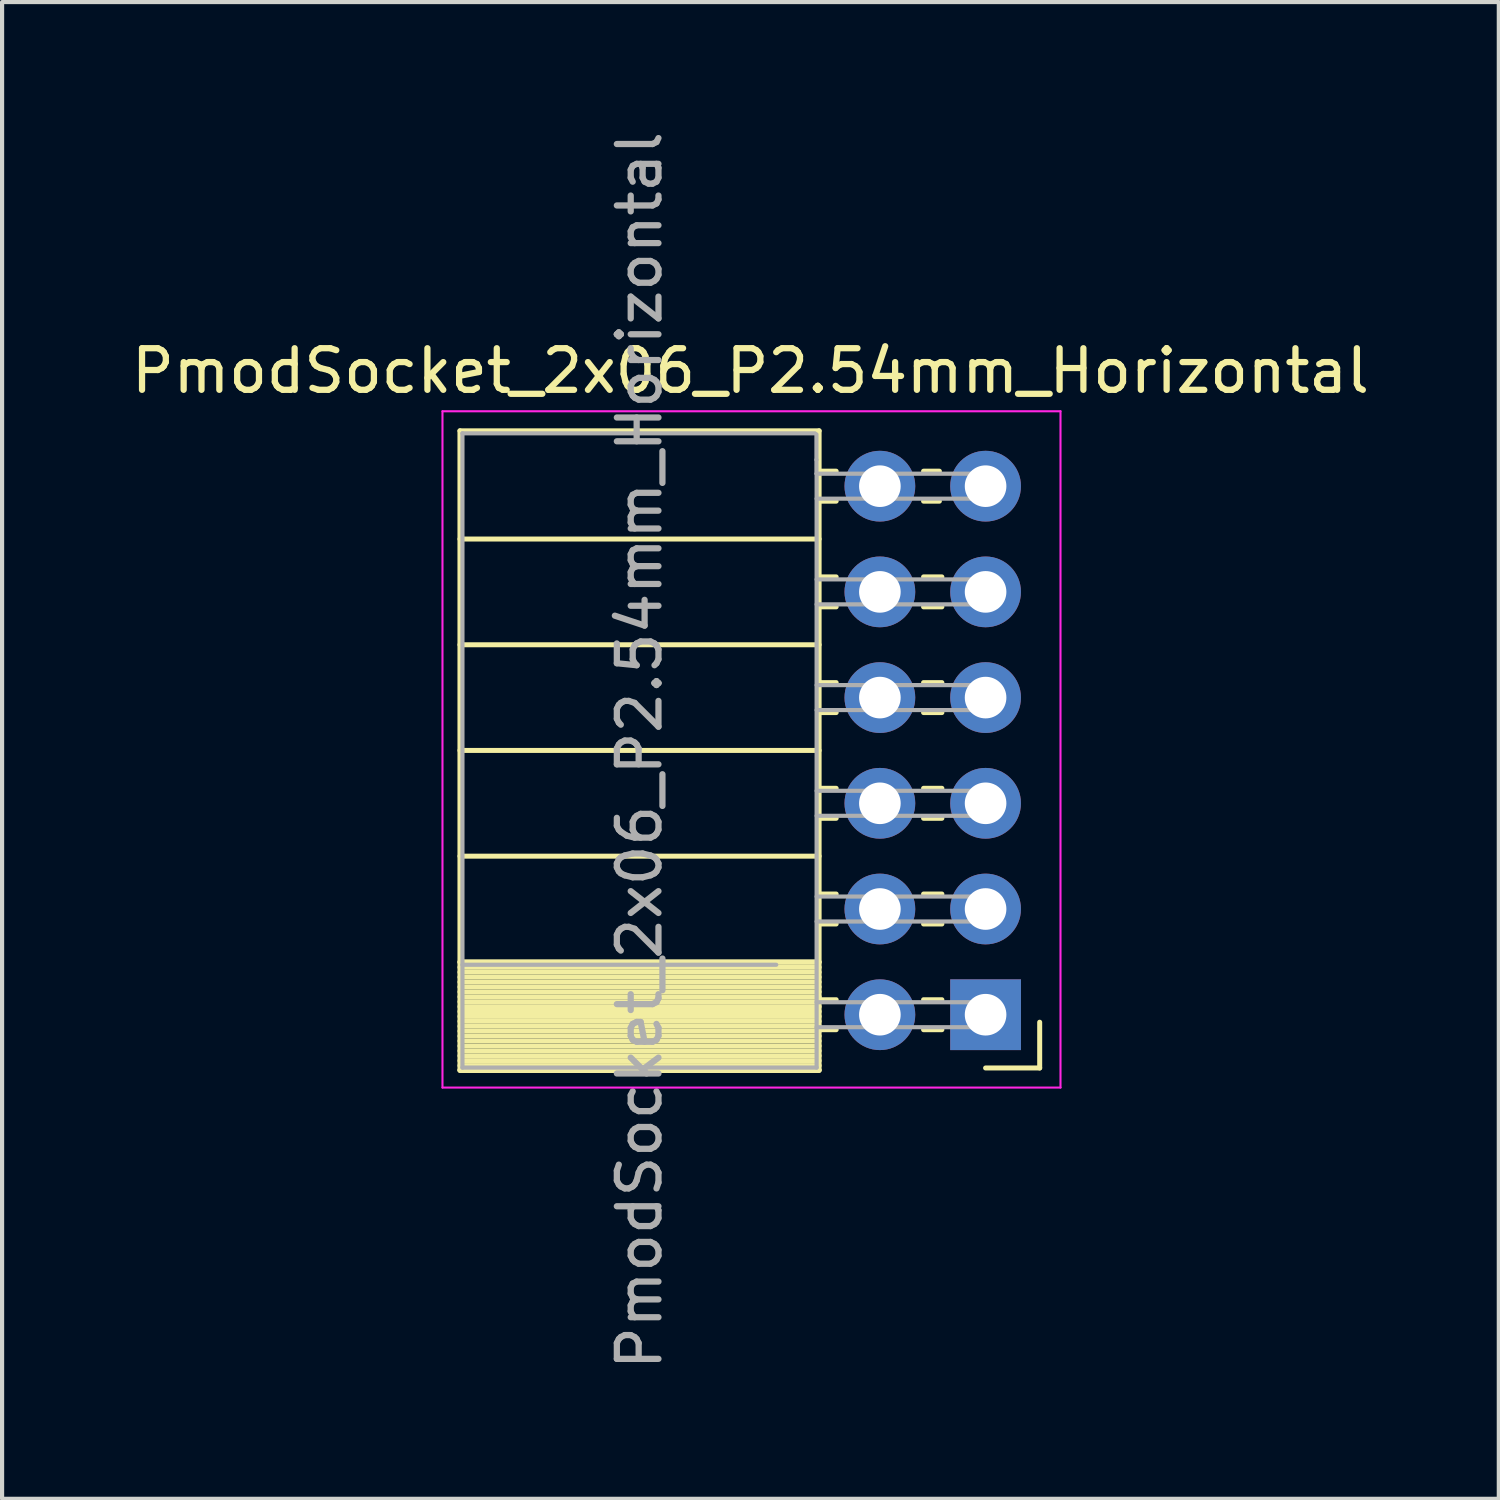
<source format=kicad_pcb>
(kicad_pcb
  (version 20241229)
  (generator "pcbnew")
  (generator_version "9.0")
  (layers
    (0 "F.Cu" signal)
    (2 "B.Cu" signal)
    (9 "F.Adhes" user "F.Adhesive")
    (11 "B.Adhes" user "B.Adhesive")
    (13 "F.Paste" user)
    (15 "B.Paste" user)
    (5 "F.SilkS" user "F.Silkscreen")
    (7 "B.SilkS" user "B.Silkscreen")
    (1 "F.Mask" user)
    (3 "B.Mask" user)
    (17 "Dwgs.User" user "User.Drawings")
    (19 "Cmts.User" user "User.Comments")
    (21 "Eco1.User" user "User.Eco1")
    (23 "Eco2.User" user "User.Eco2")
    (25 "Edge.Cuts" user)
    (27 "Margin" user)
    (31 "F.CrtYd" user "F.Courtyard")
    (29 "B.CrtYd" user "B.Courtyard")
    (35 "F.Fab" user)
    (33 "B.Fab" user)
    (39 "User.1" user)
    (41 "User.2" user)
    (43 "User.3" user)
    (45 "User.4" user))
  (footprint "PmodSocket_2x06_P2.54mm_Horizontal"
    (layer "F.Cu")
    (at 20.632 21.332)
    (property "Reference" "PmodSocket_2x06_P2.54mm_Horizontal" (at -5.65 -15.47 0) (layer "F.SilkS") (effects (font (size 1 1) (thickness 0.15))))
    (attr through_hole)
    (fp_line (start -12.63 -14.03) (end -12.63 1.33) (stroke (width 0.12) (type solid)) (layer "F.SilkS"))
    (fp_line (start -12.63 -14.03) (end -4 -14.03) (stroke (width 0.12) (type solid)) (layer "F.SilkS"))
    (fp_line (start -12.63 -11.43) (end -4 -11.43) (stroke (width 0.12) (type solid)) (layer "F.SilkS"))
    (fp_line (start -12.63 -8.89) (end -4 -8.89) (stroke (width 0.12) (type solid)) (layer "F.SilkS"))
    (fp_line (start -12.63 -6.35) (end -4 -6.35) (stroke (width 0.12) (type solid)) (layer "F.SilkS"))
    (fp_line (start -12.63 -3.81) (end -4 -3.81) (stroke (width 0.12) (type solid)) (layer "F.SilkS"))
    (fp_line (start -12.63 -1.27) (end -4 -1.27) (stroke (width 0.12) (type solid)) (layer "F.SilkS"))
    (fp_line (start -12.63 -1.26) (end -4 -1.26) (stroke (width 0.12) (type solid)) (layer "F.SilkS"))
    (fp_line (start -12.63 -1.14) (end -4 -1.14) (stroke (width 0.12) (type solid)) (layer "F.SilkS"))
    (fp_line (start -12.63 -1.022) (end -4 -1.022) (stroke (width 0.12) (type solid)) (layer "F.SilkS"))
    (fp_line (start -12.63 -0.904) (end -4 -0.904) (stroke (width 0.12) (type solid)) (layer "F.SilkS"))
    (fp_line (start -12.63 -0.786) (end -4 -0.786) (stroke (width 0.12) (type solid)) (layer "F.SilkS"))
    (fp_line (start -12.63 -0.668) (end -4 -0.668) (stroke (width 0.12) (type solid)) (layer "F.SilkS"))
    (fp_line (start -12.63 -0.55) (end -4 -0.55) (stroke (width 0.12) (type solid)) (layer "F.SilkS"))
    (fp_line (start -12.63 -0.431) (end -4 -0.431) (stroke (width 0.12) (type solid)) (layer "F.SilkS"))
    (fp_line (start -12.63 -0.313) (end -4 -0.313) (stroke (width 0.12) (type solid)) (layer "F.SilkS"))
    (fp_line (start -12.63 -0.195) (end -4 -0.195) (stroke (width 0.12) (type solid)) (layer "F.SilkS"))
    (fp_line (start -12.63 -0.077) (end -4 -0.077) (stroke (width 0.12) (type solid)) (layer "F.SilkS"))
    (fp_line (start -12.63 0.041) (end -4 0.041) (stroke (width 0.12) (type solid)) (layer "F.SilkS"))
    (fp_line (start -12.63 0.159) (end -4 0.159) (stroke (width 0.12) (type solid)) (layer "F.SilkS"))
    (fp_line (start -12.63 0.277) (end -4 0.277) (stroke (width 0.12) (type solid)) (layer "F.SilkS"))
    (fp_line (start -12.63 0.395) (end -4 0.395) (stroke (width 0.12) (type solid)) (layer "F.SilkS"))
    (fp_line (start -12.63 0.513) (end -4 0.513) (stroke (width 0.12) (type solid)) (layer "F.SilkS"))
    (fp_line (start -12.63 0.631) (end -4 0.631) (stroke (width 0.12) (type solid)) (layer "F.SilkS"))
    (fp_line (start -12.63 0.75) (end -4 0.75) (stroke (width 0.12) (type solid)) (layer "F.SilkS"))
    (fp_line (start -12.63 0.868) (end -4 0.868) (stroke (width 0.12) (type solid)) (layer "F.SilkS"))
    (fp_line (start -12.63 0.986) (end -4 0.986) (stroke (width 0.12) (type solid)) (layer "F.SilkS"))
    (fp_line (start -12.63 1.104) (end -4 1.104) (stroke (width 0.12) (type solid)) (layer "F.SilkS"))
    (fp_line (start -12.63 1.222) (end -4 1.222) (stroke (width 0.12) (type solid)) (layer "F.SilkS"))
    (fp_line (start -12.63 1.33) (end -4 1.33) (stroke (width 0.12) (type solid)) (layer "F.SilkS"))
    (fp_line (start -12.63 1.34) (end -4 1.34) (stroke (width 0.12) (type solid)) (layer "F.SilkS"))
    (fp_line (start -4 -14.03) (end -4 1.33) (stroke (width 0.12) (type solid)) (layer "F.SilkS"))
    (fp_line (start -4 -13.06) (end -3.59 -13.06) (stroke (width 0.12) (type solid)) (layer "F.SilkS"))
    (fp_line (start -4 -12.34) (end -3.59 -12.34) (stroke (width 0.12) (type solid)) (layer "F.SilkS"))
    (fp_line (start -4 -10.52) (end -3.59 -10.52) (stroke (width 0.12) (type solid)) (layer "F.SilkS"))
    (fp_line (start -4 -9.8) (end -3.59 -9.8) (stroke (width 0.12) (type solid)) (layer "F.SilkS"))
    (fp_line (start -4 -7.98) (end -3.59 -7.98) (stroke (width 0.12) (type solid)) (layer "F.SilkS"))
    (fp_line (start -4 -7.26) (end -3.59 -7.26) (stroke (width 0.12) (type solid)) (layer "F.SilkS"))
    (fp_line (start -4 -5.44) (end -3.59 -5.44) (stroke (width 0.12) (type solid)) (layer "F.SilkS"))
    (fp_line (start -4 -4.72) (end -3.59 -4.72) (stroke (width 0.12) (type solid)) (layer "F.SilkS"))
    (fp_line (start -4 -2.9) (end -3.59 -2.9) (stroke (width 0.12) (type solid)) (layer "F.SilkS"))
    (fp_line (start -4 -2.18) (end -3.59 -2.18) (stroke (width 0.12) (type solid)) (layer "F.SilkS"))
    (fp_line (start -4 -0.36) (end -3.59 -0.36) (stroke (width 0.12) (type solid)) (layer "F.SilkS"))
    (fp_line (start -4 0.36) (end -3.59 0.36) (stroke (width 0.12) (type solid)) (layer "F.SilkS"))
    (fp_line (start -1.49 -13.06) (end -1.11 -13.06) (stroke (width 0.12) (type solid)) (layer "F.SilkS"))
    (fp_line (start -1.49 -12.34) (end -1.11 -12.34) (stroke (width 0.12) (type solid)) (layer "F.SilkS"))
    (fp_line (start -1.49 -10.52) (end -1.05 -10.52) (stroke (width 0.12) (type solid)) (layer "F.SilkS"))
    (fp_line (start -1.49 -9.8) (end -1.05 -9.8) (stroke (width 0.12) (type solid)) (layer "F.SilkS"))
    (fp_line (start -1.49 -7.98) (end -1.05 -7.98) (stroke (width 0.12) (type solid)) (layer "F.SilkS"))
    (fp_line (start -1.49 -7.26) (end -1.05 -7.26) (stroke (width 0.12) (type solid)) (layer "F.SilkS"))
    (fp_line (start -1.49 -5.44) (end -1.05 -5.44) (stroke (width 0.12) (type solid)) (layer "F.SilkS"))
    (fp_line (start -1.49 -4.72) (end -1.05 -4.72) (stroke (width 0.12) (type solid)) (layer "F.SilkS"))
    (fp_line (start -1.49 -2.9) (end -1.05 -2.9) (stroke (width 0.12) (type solid)) (layer "F.SilkS"))
    (fp_line (start -1.49 -2.18) (end -1.05 -2.18) (stroke (width 0.12) (type solid)) (layer "F.SilkS"))
    (fp_line (start -1.49 -0.36) (end -1.05 -0.36) (stroke (width 0.12) (type solid)) (layer "F.SilkS"))
    (fp_line (start -1.49 0.36) (end -1.05 0.36) (stroke (width 0.12) (type solid)) (layer "F.SilkS"))
    (fp_line (start 0 1.28) (end 1.3 1.28) (stroke (width 0.12) (type solid)) (layer "F.SilkS"))
    (fp_line (start 1.3 1.28) (end 1.3 0.18) (stroke (width 0.12) (type solid)) (layer "F.SilkS"))
    (fp_line (start -13.05 -14.5) (end -13.05 1.75) (stroke (width 0.05) (type solid)) (layer "F.CrtYd"))
    (fp_line (start -13.05 1.75) (end 1.8 1.75) (stroke (width 0.05) (type solid)) (layer "F.CrtYd"))
    (fp_line (start 1.8 -14.5) (end -13.05 -14.5) (stroke (width 0.05) (type solid)) (layer "F.CrtYd"))
    (fp_line (start 1.8 1.75) (end 1.8 -14.5) (stroke (width 0.05) (type solid)) (layer "F.CrtYd"))
    (fp_line (start -12.57 -13.97) (end -4.1 -13.97) (stroke (width 0.1) (type solid)) (layer "F.Fab"))
    (fp_line (start -12.57 -1.2) (end -5.03 -1.2) (stroke (width 0.1) (type solid)) (layer "F.Fab"))
    (fp_line (start -12.57 1.27) (end -12.57 -13.97) (stroke (width 0.1) (type solid)) (layer "F.Fab"))
    (fp_line (start -4.064 -13.335) (end -4.064 -13.945) (stroke (width 0.1) (type solid)) (layer "F.Fab"))
    (fp_line (start -4.064 -13.005) (end -4.064 -13.335) (stroke (width 0.1) (type solid)) (layer "F.Fab"))
    (fp_line (start -4.06 -13) (end -4.06 1.27) (stroke (width 0.1) (type solid)) (layer "F.Fab"))
    (fp_line (start -4.06 -12.4) (end 0 -12.4) (stroke (width 0.1) (type solid)) (layer "F.Fab"))
    (fp_line (start -4.06 -9.86) (end 0 -9.86) (stroke (width 0.1) (type solid)) (layer "F.Fab"))
    (fp_line (start -4.06 -7.32) (end 0 -7.32) (stroke (width 0.1) (type solid)) (layer "F.Fab"))
    (fp_line (start -4.06 -4.78) (end 0 -4.78) (stroke (width 0.1) (type solid)) (layer "F.Fab"))
    (fp_line (start -4.06 -2.24) (end 0 -2.24) (stroke (width 0.1) (type solid)) (layer "F.Fab"))
    (fp_line (start -4.06 0.3) (end 0 0.3) (stroke (width 0.1) (type solid)) (layer "F.Fab"))
    (fp_line (start -4.06 1.27) (end -12.57 1.27) (stroke (width 0.1) (type solid)) (layer "F.Fab"))
    (fp_line (start 0 -13) (end -4.06 -13) (stroke (width 0.1) (type solid)) (layer "F.Fab"))
    (fp_line (start 0 -12.4) (end 0 -13) (stroke (width 0.1) (type solid)) (layer "F.Fab"))
    (fp_line (start 0 -10.46) (end -4.06 -10.46) (stroke (width 0.1) (type solid)) (layer "F.Fab"))
    (fp_line (start 0 -9.86) (end 0 -10.46) (stroke (width 0.1) (type solid)) (layer "F.Fab"))
    (fp_line (start 0 -7.92) (end -4.06 -7.92) (stroke (width 0.1) (type solid)) (layer "F.Fab"))
    (fp_line (start 0 -7.32) (end 0 -7.92) (stroke (width 0.1) (type solid)) (layer "F.Fab"))
    (fp_line (start 0 -5.38) (end -4.06 -5.38) (stroke (width 0.1) (type solid)) (layer "F.Fab"))
    (fp_line (start 0 -4.78) (end 0 -5.38) (stroke (width 0.1) (type solid)) (layer "F.Fab"))
    (fp_line (start 0 -2.84) (end -4.06 -2.84) (stroke (width 0.1) (type solid)) (layer "F.Fab"))
    (fp_line (start 0 -2.24) (end 0 -2.84) (stroke (width 0.1) (type solid)) (layer "F.Fab"))
    (fp_line (start 0 -0.3) (end -4.06 -0.3) (stroke (width 0.1) (type solid)) (layer "F.Fab"))
    (fp_line (start 0 0.3) (end 0 -0.3) (stroke (width 0.1) (type solid)) (layer "F.Fab"))
    (fp_text user "${REFERENCE}" (at -8.315 -6.35 270) (layer "F.Fab") (effects (font (size 1 1) (thickness 0.15))))
    (pad "1" thru_hole rect (at 0 0) (size 1.7 1.7) (drill 1) (layers "*.Cu" "*.Mask"))
    (pad "2" thru_hole oval (at 0 -2.54) (size 1.7 1.7) (drill 1) (layers "*.Cu" "*.Mask"))
    (pad "3" thru_hole oval (at 0 -5.08) (size 1.7 1.7) (drill 1) (layers "*.Cu" "*.Mask"))
    (pad "4" thru_hole oval (at 0 -7.62) (size 1.7 1.7) (drill 1) (layers "*.Cu" "*.Mask"))
    (pad "5" thru_hole oval (at 0 -10.16) (size 1.7 1.7) (drill 1) (layers "*.Cu" "*.Mask"))
    (pad "6" thru_hole circle (at 0 -12.7) (size 1.7 1.7) (drill 1) (layers "*.Cu" "*.Mask"))
    (pad "7" thru_hole oval (at -2.54 0) (size 1.7 1.7) (drill 1) (layers "*.Cu" "*.Mask"))
    (pad "8" thru_hole oval (at -2.54 -2.54) (size 1.7 1.7) (drill 1) (layers "*.Cu" "*.Mask"))
    (pad "9" thru_hole oval (at -2.54 -5.08) (size 1.7 1.7) (drill 1) (layers "*.Cu" "*.Mask"))
    (pad "10" thru_hole oval (at -2.54 -7.62) (size 1.7 1.7) (drill 1) (layers "*.Cu" "*.Mask"))
    (pad "11" thru_hole oval (at -2.54 -10.16) (size 1.7 1.7) (drill 1) (layers "*.Cu" "*.Mask"))
    (pad "12" thru_hole oval (at -2.54 -12.7) (size 1.7 1.7) (drill 1) (layers "*.Cu" "*.Mask")))
  (gr_rect
    (start -3 -3)
    (end 32.964 32.964)
    (stroke (width 0.1) (type default))
    (fill no)
    (layer "Edge.Cuts")))
</source>
